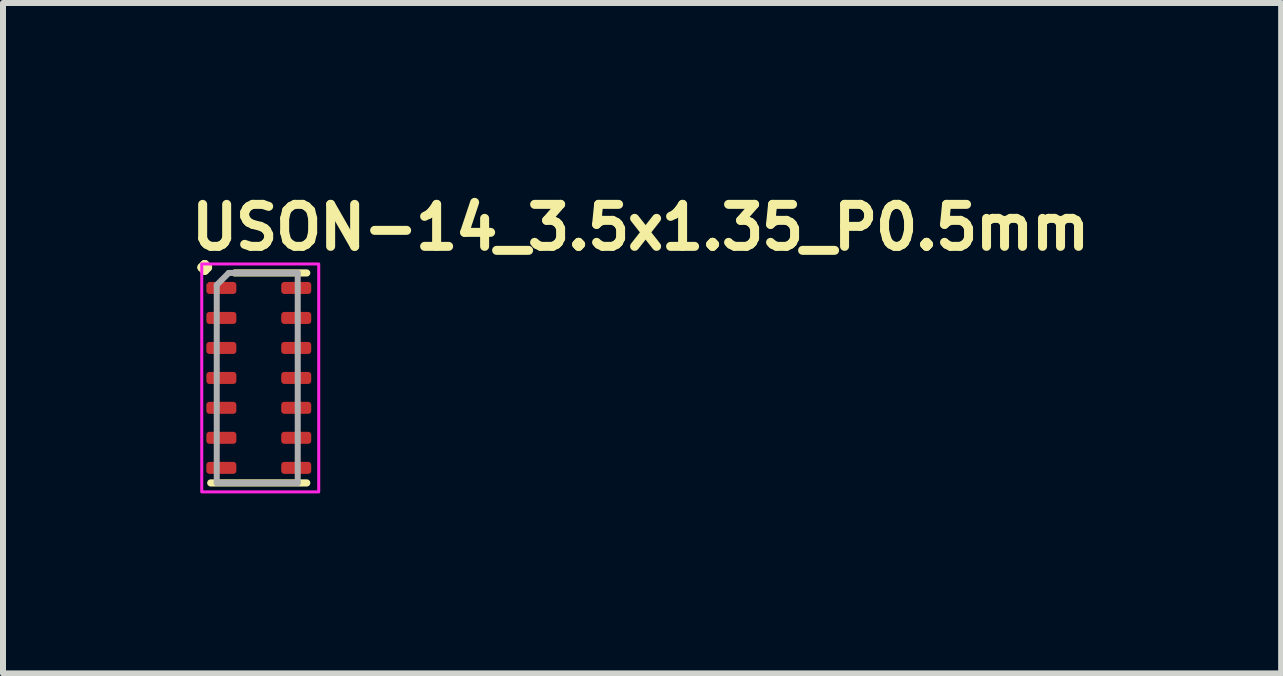
<source format=kicad_pcb>
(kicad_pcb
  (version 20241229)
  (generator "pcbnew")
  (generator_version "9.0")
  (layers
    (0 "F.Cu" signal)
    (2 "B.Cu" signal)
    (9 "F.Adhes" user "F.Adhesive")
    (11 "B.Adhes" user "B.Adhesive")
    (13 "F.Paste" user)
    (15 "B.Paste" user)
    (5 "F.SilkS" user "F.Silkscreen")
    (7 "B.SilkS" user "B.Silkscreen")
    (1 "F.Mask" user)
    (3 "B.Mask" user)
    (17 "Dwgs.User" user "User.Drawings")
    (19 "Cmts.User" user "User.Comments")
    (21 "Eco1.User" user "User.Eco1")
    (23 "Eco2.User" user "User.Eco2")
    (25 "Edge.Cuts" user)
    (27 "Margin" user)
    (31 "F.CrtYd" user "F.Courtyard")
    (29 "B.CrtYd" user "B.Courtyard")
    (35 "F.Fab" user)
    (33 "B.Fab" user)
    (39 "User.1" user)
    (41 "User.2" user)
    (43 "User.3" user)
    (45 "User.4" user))
  (footprint "USON-14_3.5x1.35_P0.5mm"
    (layer "F.Cu")
    (at 1.263 3.25)
    (property "Reference" "USON-14_3.5x1.35_P0.5mm" (at -1.2 -2.1 0) (layer "F.SilkS") (effects (font (size 0.7 0.7) (thickness 0.15)) (justify left bottom)))
    (attr smd)
    (fp_line (start -0.8 1.75) (end 0.8 1.75) (stroke (width 0.12) (type solid)) (layer "F.SilkS"))
    (fp_line (start -0.4 -1.75) (end 0.8 -1.75) (stroke (width 0.12) (type solid)) (layer "F.SilkS"))
    (fp_rect (start 1 -1.9) (end -0.95 1.9) (stroke (width 0.05) (type solid)) (fill no) (layer "F.CrtYd"))
    (fp_line (start -0.7 -1.55) (end -0.5 -1.75) (stroke (width 0.1) (type solid)) (layer "F.Fab"))
    (fp_line (start -0.7 1.75) (end -0.7 -1.55) (stroke (width 0.1) (type solid)) (layer "F.Fab"))
    (fp_line (start -0.5 -1.75) (end 0.65 -1.75) (stroke (width 0.1) (type solid)) (layer "F.Fab"))
    (fp_line (start 0.65 -1.75) (end 0.65 1.75) (stroke (width 0.1) (type solid)) (layer "F.Fab"))
    (fp_line (start 0.65 1.75) (end -0.7 1.75) (stroke (width 0.1) (type solid)) (layer "F.Fab"))
    (fp_line (start -0.685 -1.601) (end -0.685 -1.401) (stroke (width 0.02) (type solid)) (layer "User.9"))
    (fp_line (start -0.685 -1.401) (end -0.675 -1.401) (stroke (width 0.02) (type solid)) (layer "User.9"))
    (fp_line (start -0.685 -1.101) (end -0.685 -0.902) (stroke (width 0.02) (type solid)) (layer "User.9"))
    (fp_line (start -0.685 -0.902) (end -0.675 -0.902) (stroke (width 0.02) (type solid)) (layer "User.9"))
    (fp_line (start -0.685 -0.6) (end -0.685 -0.402) (stroke (width 0.02) (type solid)) (layer "User.9"))
    (fp_line (start -0.685 -0.402) (end -0.675 -0.402) (stroke (width 0.02) (type solid)) (layer "User.9"))
    (fp_line (start -0.685 -0.102) (end -0.685 0.1) (stroke (width 0.02) (type solid)) (layer "User.9"))
    (fp_line (start -0.685 0.1) (end -0.675 0.1) (stroke (width 0.02) (type solid)) (layer "User.9"))
    (fp_line (start -0.685 0.4) (end -0.685 0.598) (stroke (width 0.02) (type solid)) (layer "User.9"))
    (fp_line (start -0.685 0.598) (end -0.675 0.598) (stroke (width 0.02) (type solid)) (layer "User.9"))
    (fp_line (start -0.685 0.9) (end -0.685 1.1) (stroke (width 0.02) (type solid)) (layer "User.9"))
    (fp_line (start -0.685 1.1) (end -0.675 1.1) (stroke (width 0.02) (type solid)) (layer "User.9"))
    (fp_line (start -0.685 1.398) (end -0.685 1.6) (stroke (width 0.02) (type solid)) (layer "User.9"))
    (fp_line (start -0.685 1.6) (end -0.675 1.6) (stroke (width 0.02) (type solid)) (layer "User.9"))
    (fp_line (start -0.675 -1.75) (end -0.675 1.749) (stroke (width 0.02) (type solid)) (layer "User.9"))
    (fp_line (start -0.675 -1.601) (end -0.685 -1.601) (stroke (width 0.02) (type solid)) (layer "User.9"))
    (fp_line (start -0.675 -1.101) (end -0.685 -1.101) (stroke (width 0.02) (type solid)) (layer "User.9"))
    (fp_line (start -0.675 -0.6) (end -0.685 -0.6) (stroke (width 0.02) (type solid)) (layer "User.9"))
    (fp_line (start -0.675 -0.102) (end -0.685 -0.102) (stroke (width 0.02) (type solid)) (layer "User.9"))
    (fp_line (start -0.675 0.4) (end -0.685 0.4) (stroke (width 0.02) (type solid)) (layer "User.9"))
    (fp_line (start -0.675 0.9) (end -0.685 0.9) (stroke (width 0.02) (type solid)) (layer "User.9"))
    (fp_line (start -0.675 1.398) (end -0.685 1.398) (stroke (width 0.02) (type solid)) (layer "User.9"))
    (fp_line (start -0.675 1.749) (end 0.677 1.749) (stroke (width 0.02) (type solid)) (layer "User.9"))
    (fp_line (start -0.512 -1.461) (end -0.512 -1.453) (stroke (width 0.02) (type solid)) (layer "User.9"))
    (fp_line (start -0.512 -1.453) (end -0.512 -1.445) (stroke (width 0.02) (type solid)) (layer "User.9"))
    (fp_line (start -0.512 -1.445) (end -0.512 -1.445) (stroke (width 0.02) (type solid)) (layer "User.9"))
    (fp_line (start -0.512 -1.445) (end -0.512 -1.437) (stroke (width 0.02) (type solid)) (layer "User.9"))
    (fp_line (start -0.512 -1.437) (end -0.512 -1.429) (stroke (width 0.02) (type solid)) (layer "User.9"))
    (fp_line (start -0.512 -1.429) (end -0.511 -1.423) (stroke (width 0.02) (type solid)) (layer "User.9"))
    (fp_line (start -0.511 -1.467) (end -0.512 -1.461) (stroke (width 0.02) (type solid)) (layer "User.9"))
    (fp_line (start -0.511 -1.423) (end -0.509 -1.415) (stroke (width 0.02) (type solid)) (layer "User.9"))
    (fp_line (start -0.509 -1.475) (end -0.511 -1.467) (stroke (width 0.02) (type solid)) (layer "User.9"))
    (fp_line (start -0.509 -1.415) (end -0.508 -1.408) (stroke (width 0.02) (type solid)) (layer "User.9"))
    (fp_line (start -0.508 -1.483) (end -0.509 -1.475) (stroke (width 0.02) (type solid)) (layer "User.9"))
    (fp_line (start -0.508 -1.408) (end -0.506 -1.4) (stroke (width 0.02) (type solid)) (layer "User.9"))
    (fp_line (start -0.506 -1.489) (end -0.508 -1.483) (stroke (width 0.02) (type solid)) (layer "User.9"))
    (fp_line (start -0.506 -1.4) (end -0.503 -1.394) (stroke (width 0.02) (type solid)) (layer "User.9"))
    (fp_line (start -0.503 -1.497) (end -0.506 -1.489) (stroke (width 0.02) (type solid)) (layer "User.9"))
    (fp_line (start -0.503 -1.394) (end -0.501 -1.386) (stroke (width 0.02) (type solid)) (layer "User.9"))
    (fp_line (start -0.501 -1.503) (end -0.503 -1.497) (stroke (width 0.02) (type solid)) (layer "User.9"))
    (fp_line (start -0.501 -1.386) (end -0.499 -1.38) (stroke (width 0.02) (type solid)) (layer "User.9"))
    (fp_line (start -0.499 -1.511) (end -0.501 -1.503) (stroke (width 0.02) (type solid)) (layer "User.9"))
    (fp_line (start -0.499 -1.38) (end -0.495 -1.374) (stroke (width 0.02) (type solid)) (layer "User.9"))
    (fp_line (start -0.495 -1.517) (end -0.499 -1.511) (stroke (width 0.02) (type solid)) (layer "User.9"))
    (fp_line (start -0.495 -1.374) (end -0.492 -1.368) (stroke (width 0.02) (type solid)) (layer "User.9"))
    (fp_line (start -0.492 -1.523) (end -0.495 -1.517) (stroke (width 0.02) (type solid)) (layer "User.9"))
    (fp_line (start -0.492 -1.368) (end -0.488 -1.362) (stroke (width 0.02) (type solid)) (layer "User.9"))
    (fp_line (start -0.488 -1.529) (end -0.492 -1.523) (stroke (width 0.02) (type solid)) (layer "User.9"))
    (fp_line (start -0.488 -1.362) (end -0.484 -1.356) (stroke (width 0.02) (type solid)) (layer "User.9"))
    (fp_line (start -0.484 -1.535) (end -0.488 -1.529) (stroke (width 0.02) (type solid)) (layer "User.9"))
    (fp_line (start -0.484 -1.356) (end -0.479 -1.35) (stroke (width 0.02) (type solid)) (layer "User.9"))
    (fp_line (start -0.479 -1.54) (end -0.484 -1.535) (stroke (width 0.02) (type solid)) (layer "User.9"))
    (fp_line (start -0.479 -1.35) (end -0.474 -1.344) (stroke (width 0.02) (type solid)) (layer "User.9"))
    (fp_line (start -0.474 -1.546) (end -0.479 -1.54) (stroke (width 0.02) (type solid)) (layer "User.9"))
    (fp_line (start -0.474 -1.344) (end -0.47 -1.338) (stroke (width 0.02) (type solid)) (layer "User.9"))
    (fp_line (start -0.47 -1.552) (end -0.474 -1.546) (stroke (width 0.02) (type solid)) (layer "User.9"))
    (fp_line (start -0.47 -1.338) (end -0.463 -1.334) (stroke (width 0.02) (type solid)) (layer "User.9"))
    (fp_line (start -0.463 -1.556) (end -0.47 -1.552) (stroke (width 0.02) (type solid)) (layer "User.9"))
    (fp_line (start -0.463 -1.334) (end -0.458 -1.33) (stroke (width 0.02) (type solid)) (layer "User.9"))
    (fp_line (start -0.458 -1.56) (end -0.463 -1.556) (stroke (width 0.02) (type solid)) (layer "User.9"))
    (fp_line (start -0.458 -1.33) (end -0.452 -1.324) (stroke (width 0.02) (type solid)) (layer "User.9"))
    (fp_line (start -0.452 -1.566) (end -0.458 -1.56) (stroke (width 0.02) (type solid)) (layer "User.9"))
    (fp_line (start -0.452 -1.324) (end -0.446 -1.32) (stroke (width 0.02) (type solid)) (layer "User.9"))
    (fp_line (start -0.446 -1.57) (end -0.452 -1.566) (stroke (width 0.02) (type solid)) (layer "User.9"))
    (fp_line (start -0.446 -1.32) (end -0.44 -1.316) (stroke (width 0.02) (type solid)) (layer "User.9"))
    (fp_line (start -0.44 -1.574) (end -0.446 -1.57) (stroke (width 0.02) (type solid)) (layer "User.9"))
    (fp_line (start -0.44 -1.316) (end -0.435 -1.314) (stroke (width 0.02) (type solid)) (layer "User.9"))
    (fp_line (start -0.435 -1.576) (end -0.44 -1.574) (stroke (width 0.02) (type solid)) (layer "User.9"))
    (fp_line (start -0.435 -1.314) (end -0.429 -1.31) (stroke (width 0.02) (type solid)) (layer "User.9"))
    (fp_line (start -0.429 -1.58) (end -0.435 -1.576) (stroke (width 0.02) (type solid)) (layer "User.9"))
    (fp_line (start -0.429 -1.31) (end -0.422 -1.306) (stroke (width 0.02) (type solid)) (layer "User.9"))
    (fp_line (start -0.422 -1.584) (end -0.429 -1.58) (stroke (width 0.02) (type solid)) (layer "User.9"))
    (fp_line (start -0.422 -1.306) (end -0.415 -1.304) (stroke (width 0.02) (type solid)) (layer "User.9"))
    (fp_line (start -0.415 -1.586) (end -0.422 -1.584) (stroke (width 0.02) (type solid)) (layer "User.9"))
    (fp_line (start -0.415 -1.304) (end -0.408 -1.302) (stroke (width 0.02) (type solid)) (layer "User.9"))
    (fp_line (start -0.408 -1.588) (end -0.415 -1.586) (stroke (width 0.02) (type solid)) (layer "User.9"))
    (fp_line (start -0.408 -1.302) (end -0.4 -1.3) (stroke (width 0.02) (type solid)) (layer "User.9"))
    (fp_line (start -0.4 -1.59) (end -0.408 -1.588) (stroke (width 0.02) (type solid)) (layer "User.9"))
    (fp_line (start -0.4 -1.3) (end -0.393 -1.298) (stroke (width 0.02) (type solid)) (layer "User.9"))
    (fp_line (start -0.393 -1.592) (end -0.4 -1.59) (stroke (width 0.02) (type solid)) (layer "User.9"))
    (fp_line (start -0.393 -1.298) (end -0.385 -1.296) (stroke (width 0.02) (type solid)) (layer "User.9"))
    (fp_line (start -0.385 -1.594) (end -0.393 -1.592) (stroke (width 0.02) (type solid)) (layer "User.9"))
    (fp_line (start -0.385 -1.296) (end -0.378 -1.296) (stroke (width 0.02) (type solid)) (layer "User.9"))
    (fp_line (start -0.378 -1.594) (end -0.385 -1.594) (stroke (width 0.02) (type solid)) (layer "User.9"))
    (fp_line (start -0.378 -1.296) (end -0.371 -1.296) (stroke (width 0.02) (type solid)) (layer "User.9"))
    (fp_line (start -0.371 -1.594) (end -0.378 -1.594) (stroke (width 0.02) (type solid)) (layer "User.9"))
    (fp_line (start -0.371 -1.296) (end -0.364 -1.296) (stroke (width 0.02) (type solid)) (layer "User.9"))
    (fp_line (start -0.364 -1.594) (end -0.371 -1.594) (stroke (width 0.02) (type solid)) (layer "User.9"))
    (fp_line (start -0.364 -1.296) (end -0.356 -1.296) (stroke (width 0.02) (type solid)) (layer "User.9"))
    (fp_line (start -0.356 -1.594) (end -0.363 -1.594) (stroke (width 0.02) (type solid)) (layer "User.9"))
    (fp_line (start -0.356 -1.296) (end -0.348 -1.296) (stroke (width 0.02) (type solid)) (layer "User.9"))
    (fp_line (start -0.348 -1.594) (end -0.356 -1.594) (stroke (width 0.02) (type solid)) (layer "User.9"))
    (fp_line (start -0.348 -1.296) (end -0.341 -1.296) (stroke (width 0.02) (type solid)) (layer "User.9"))
    (fp_line (start -0.341 -1.594) (end -0.348 -1.594) (stroke (width 0.02) (type solid)) (layer "User.9"))
    (fp_line (start -0.341 -1.296) (end -0.332 -1.298) (stroke (width 0.02) (type solid)) (layer "User.9"))
    (fp_line (start -0.332 -1.592) (end -0.341 -1.594) (stroke (width 0.02) (type solid)) (layer "User.9"))
    (fp_line (start -0.332 -1.298) (end -0.325 -1.3) (stroke (width 0.02) (type solid)) (layer "User.9"))
    (fp_line (start -0.325 -1.59) (end -0.332 -1.592) (stroke (width 0.02) (type solid)) (layer "User.9"))
    (fp_line (start -0.325 -1.3) (end -0.318 -1.302) (stroke (width 0.02) (type solid)) (layer "User.9"))
    (fp_line (start -0.318 -1.588) (end -0.325 -1.59) (stroke (width 0.02) (type solid)) (layer "User.9"))
    (fp_line (start -0.318 -1.302) (end -0.311 -1.304) (stroke (width 0.02) (type solid)) (layer "User.9"))
    (fp_line (start -0.311 -1.586) (end -0.318 -1.588) (stroke (width 0.02) (type solid)) (layer "User.9"))
    (fp_line (start -0.311 -1.304) (end -0.305 -1.306) (stroke (width 0.02) (type solid)) (layer "User.9"))
    (fp_line (start -0.305 -1.584) (end -0.311 -1.586) (stroke (width 0.02) (type solid)) (layer "User.9"))
    (fp_line (start -0.305 -1.306) (end -0.298 -1.31) (stroke (width 0.02) (type solid)) (layer "User.9"))
    (fp_line (start -0.298 -1.58) (end -0.305 -1.584) (stroke (width 0.02) (type solid)) (layer "User.9"))
    (fp_line (start -0.298 -1.31) (end -0.292 -1.314) (stroke (width 0.02) (type solid)) (layer "User.9"))
    (fp_line (start -0.292 -1.576) (end -0.298 -1.58) (stroke (width 0.02) (type solid)) (layer "User.9"))
    (fp_line (start -0.292 -1.314) (end -0.286 -1.316) (stroke (width 0.02) (type solid)) (layer "User.9"))
    (fp_line (start -0.286 -1.574) (end -0.292 -1.576) (stroke (width 0.02) (type solid)) (layer "User.9"))
    (fp_line (start -0.286 -1.316) (end -0.28 -1.32) (stroke (width 0.02) (type solid)) (layer "User.9"))
    (fp_line (start -0.28 -1.57) (end -0.286 -1.574) (stroke (width 0.02) (type solid)) (layer "User.9"))
    (fp_line (start -0.28 -1.32) (end -0.273 -1.324) (stroke (width 0.02) (type solid)) (layer "User.9"))
    (fp_line (start -0.273 -1.566) (end -0.28 -1.57) (stroke (width 0.02) (type solid)) (layer "User.9"))
    (fp_line (start -0.273 -1.324) (end -0.267 -1.33) (stroke (width 0.02) (type solid)) (layer "User.9"))
    (fp_line (start -0.267 -1.56) (end -0.273 -1.566) (stroke (width 0.02) (type solid)) (layer "User.9"))
    (fp_line (start -0.267 -1.33) (end -0.262 -1.334) (stroke (width 0.02) (type solid)) (layer "User.9"))
    (fp_line (start -0.262 -1.556) (end -0.267 -1.56) (stroke (width 0.02) (type solid)) (layer "User.9"))
    (fp_line (start -0.262 -1.334) (end -0.256 -1.338) (stroke (width 0.02) (type solid)) (layer "User.9"))
    (fp_line (start -0.256 -1.552) (end -0.262 -1.556) (stroke (width 0.02) (type solid)) (layer "User.9"))
    (fp_line (start -0.256 -1.338) (end -0.252 -1.344) (stroke (width 0.02) (type solid)) (layer "User.9"))
    (fp_line (start -0.252 -1.546) (end -0.256 -1.552) (stroke (width 0.02) (type solid)) (layer "User.9"))
    (fp_line (start -0.252 -1.344) (end -0.247 -1.35) (stroke (width 0.02) (type solid)) (layer "User.9"))
    (fp_line (start -0.247 -1.54) (end -0.252 -1.546) (stroke (width 0.02) (type solid)) (layer "User.9"))
    (fp_line (start -0.247 -1.35) (end -0.242 -1.356) (stroke (width 0.02) (type solid)) (layer "User.9"))
    (fp_line (start -0.242 -1.535) (end -0.247 -1.54) (stroke (width 0.02) (type solid)) (layer "User.9"))
    (fp_line (start -0.242 -1.356) (end -0.238 -1.362) (stroke (width 0.02) (type solid)) (layer "User.9"))
    (fp_line (start -0.238 -1.529) (end -0.242 -1.535) (stroke (width 0.02) (type solid)) (layer "User.9"))
    (fp_line (start -0.238 -1.362) (end -0.234 -1.368) (stroke (width 0.02) (type solid)) (layer "User.9"))
    (fp_line (start -0.234 -1.523) (end -0.238 -1.529) (stroke (width 0.02) (type solid)) (layer "User.9"))
    (fp_line (start -0.234 -1.368) (end -0.231 -1.374) (stroke (width 0.02) (type solid)) (layer "User.9"))
    (fp_line (start -0.231 -1.517) (end -0.234 -1.523) (stroke (width 0.02) (type solid)) (layer "User.9"))
    (fp_line (start -0.231 -1.374) (end -0.227 -1.38) (stroke (width 0.02) (type solid)) (layer "User.9"))
    (fp_line (start -0.227 -1.511) (end -0.231 -1.517) (stroke (width 0.02) (type solid)) (layer "User.9"))
    (fp_line (start -0.227 -1.38) (end -0.224 -1.386) (stroke (width 0.02) (type solid)) (layer "User.9"))
    (fp_line (start -0.224 -1.503) (end -0.227 -1.511) (stroke (width 0.02) (type solid)) (layer "User.9"))
    (fp_line (start -0.224 -1.386) (end -0.222 -1.394) (stroke (width 0.02) (type solid)) (layer "User.9"))
    (fp_line (start -0.222 -1.497) (end -0.224 -1.503) (stroke (width 0.02) (type solid)) (layer "User.9"))
    (fp_line (start -0.222 -1.394) (end -0.219 -1.4) (stroke (width 0.02) (type solid)) (layer "User.9"))
    (fp_line (start -0.219 -1.489) (end -0.222 -1.497) (stroke (width 0.02) (type solid)) (layer "User.9"))
    (fp_line (start -0.219 -1.4) (end -0.217 -1.408) (stroke (width 0.02) (type solid)) (layer "User.9"))
    (fp_line (start -0.217 -1.483) (end -0.219 -1.489) (stroke (width 0.02) (type solid)) (layer "User.9"))
    (fp_line (start -0.217 -1.408) (end -0.216 -1.415) (stroke (width 0.02) (type solid)) (layer "User.9"))
    (fp_line (start -0.216 -1.475) (end -0.217 -1.483) (stroke (width 0.02) (type solid)) (layer "User.9"))
    (fp_line (start -0.216 -1.415) (end -0.214 -1.423) (stroke (width 0.02) (type solid)) (layer "User.9"))
    (fp_line (start -0.214 -1.467) (end -0.216 -1.475) (stroke (width 0.02) (type solid)) (layer "User.9"))
    (fp_line (start -0.214 -1.423) (end -0.213 -1.429) (stroke (width 0.02) (type solid)) (layer "User.9"))
    (fp_line (start -0.213 -1.461) (end -0.214 -1.467) (stroke (width 0.02) (type solid)) (layer "User.9"))
    (fp_line (start -0.213 -1.453) (end -0.213 -1.461) (stroke (width 0.02) (type solid)) (layer "User.9"))
    (fp_line (start -0.213 -1.445) (end -0.213 -1.453) (stroke (width 0.02) (type solid)) (layer "User.9"))
    (fp_line (start -0.213 -1.445) (end -0.213 -1.445) (stroke (width 0.02) (type solid)) (layer "User.9"))
    (fp_line (start -0.213 -1.437) (end -0.213 -1.445) (stroke (width 0.02) (type solid)) (layer "User.9"))
    (fp_line (start -0.213 -1.429) (end -0.213 -1.437) (stroke (width 0.02) (type solid)) (layer "User.9"))
    (fp_line (start 0.677 -1.75) (end -0.675 -1.75) (stroke (width 0.02) (type solid)) (layer "User.9"))
    (fp_line (start 0.677 -1.401) (end 0.687 -1.401) (stroke (width 0.02) (type solid)) (layer "User.9"))
    (fp_line (start 0.677 -0.902) (end 0.687 -0.902) (stroke (width 0.02) (type solid)) (layer "User.9"))
    (fp_line (start 0.677 -0.402) (end 0.687 -0.402) (stroke (width 0.02) (type solid)) (layer "User.9"))
    (fp_line (start 0.677 0.1) (end 0.687 0.1) (stroke (width 0.02) (type solid)) (layer "User.9"))
    (fp_line (start 0.677 0.598) (end 0.687 0.598) (stroke (width 0.02) (type solid)) (layer "User.9"))
    (fp_line (start 0.677 1.1) (end 0.687 1.1) (stroke (width 0.02) (type solid)) (layer "User.9"))
    (fp_line (start 0.677 1.6) (end 0.687 1.6) (stroke (width 0.02) (type solid)) (layer "User.9"))
    (fp_line (start 0.677 1.749) (end 0.677 -1.75) (stroke (width 0.02) (type solid)) (layer "User.9"))
    (fp_line (start 0.687 -1.601) (end 0.677 -1.601) (stroke (width 0.02) (type solid)) (layer "User.9"))
    (fp_line (start 0.687 -1.401) (end 0.687 -1.601) (stroke (width 0.02) (type solid)) (layer "User.9"))
    (fp_line (start 0.687 -1.101) (end 0.677 -1.101) (stroke (width 0.02) (type solid)) (layer "User.9"))
    (fp_line (start 0.687 -0.902) (end 0.687 -1.101) (stroke (width 0.02) (type solid)) (layer "User.9"))
    (fp_line (start 0.687 -0.6) (end 0.677 -0.6) (stroke (width 0.02) (type solid)) (layer "User.9"))
    (fp_line (start 0.687 -0.402) (end 0.687 -0.6) (stroke (width 0.02) (type solid)) (layer "User.9"))
    (fp_line (start 0.687 -0.102) (end 0.677 -0.102) (stroke (width 0.02) (type solid)) (layer "User.9"))
    (fp_line (start 0.687 0.1) (end 0.687 -0.102) (stroke (width 0.02) (type solid)) (layer "User.9"))
    (fp_line (start 0.687 0.4) (end 0.677 0.4) (stroke (width 0.02) (type solid)) (layer "User.9"))
    (fp_line (start 0.687 0.598) (end 0.687 0.4) (stroke (width 0.02) (type solid)) (layer "User.9"))
    (fp_line (start 0.687 0.9) (end 0.677 0.9) (stroke (width 0.02) (type solid)) (layer "User.9"))
    (fp_line (start 0.687 1.1) (end 0.687 0.9) (stroke (width 0.02) (type solid)) (layer "User.9"))
    (fp_line (start 0.687 1.398) (end 0.677 1.398) (stroke (width 0.02) (type solid)) (layer "User.9"))
    (fp_line (start 0.687 1.6) (end 0.687 1.398) (stroke (width 0.02) (type solid)) (layer "User.9"))
    (fp_text user "." (at -0.9 -2.25 0) (layer "F.SilkS") (effects (font (size 1 1) (thickness 0.15))))
    (pad "1" smd roundrect (at -0.623 -1.5 270) (size 0.2 0.5) (layers "F.Cu" "F.Mask" "F.Paste") (roundrect_rratio 0.25) (chamfer_ratio 0.2) (chamfer bottom_left))
    (pad "2" smd roundrect (at -0.623 -1 270) (size 0.2 0.5) (layers "F.Cu" "F.Mask" "F.Paste") (roundrect_rratio 0.25))
    (pad "3" smd roundrect (at -0.623 -0.5 270) (size 0.2 0.5) (layers "F.Cu" "F.Mask" "F.Paste") (roundrect_rratio 0.25))
    (pad "4" smd roundrect (at -0.623 0 270) (size 0.2 0.5) (layers "F.Cu" "F.Mask" "F.Paste") (roundrect_rratio 0.25))
    (pad "5" smd roundrect (at -0.623 0.498 270) (size 0.2 0.5) (layers "F.Cu" "F.Mask" "F.Paste") (roundrect_rratio 0.25))
    (pad "6" smd roundrect (at -0.623 0.998 270) (size 0.2 0.5) (layers "F.Cu" "F.Mask" "F.Paste") (roundrect_rratio 0.25))
    (pad "7" smd roundrect (at -0.623 1.499 270) (size 0.2 0.5) (layers "F.Cu" "F.Mask" "F.Paste") (roundrect_rratio 0.25))
    (pad "8" smd roundrect (at 0.625 1.499 270) (size 0.2 0.5) (layers "F.Cu" "F.Mask" "F.Paste") (roundrect_rratio 0.25))
    (pad "9" smd roundrect (at 0.625 0.998 270) (size 0.2 0.5) (layers "F.Cu" "F.Mask" "F.Paste") (roundrect_rratio 0.25))
    (pad "10" smd roundrect (at 0.625 0.498 270) (size 0.2 0.5) (layers "F.Cu" "F.Mask" "F.Paste") (roundrect_rratio 0.25))
    (pad "11" smd roundrect (at 0.625 0 270) (size 0.2 0.5) (layers "F.Cu" "F.Mask" "F.Paste") (roundrect_rratio 0.25))
    (pad "12" smd roundrect (at 0.625 -0.5 270) (size 0.2 0.5) (layers "F.Cu" "F.Mask" "F.Paste") (roundrect_rratio 0.25))
    (pad "13" smd roundrect (at 0.625 -1 270) (size 0.2 0.5) (layers "F.Cu" "F.Mask" "F.Paste") (roundrect_rratio 0.25))
    (pad "14" smd roundrect (at 0.625 -1.5 270) (size 0.2 0.5) (layers "F.Cu" "F.Mask" "F.Paste") (roundrect_rratio 0.25)))
  (gr_rect
    (start -3 -3)
    (end 18.306 8.175)
    (stroke (width 0.1) (type default))
    (fill no)
    (layer "Edge.Cuts")))
</source>
